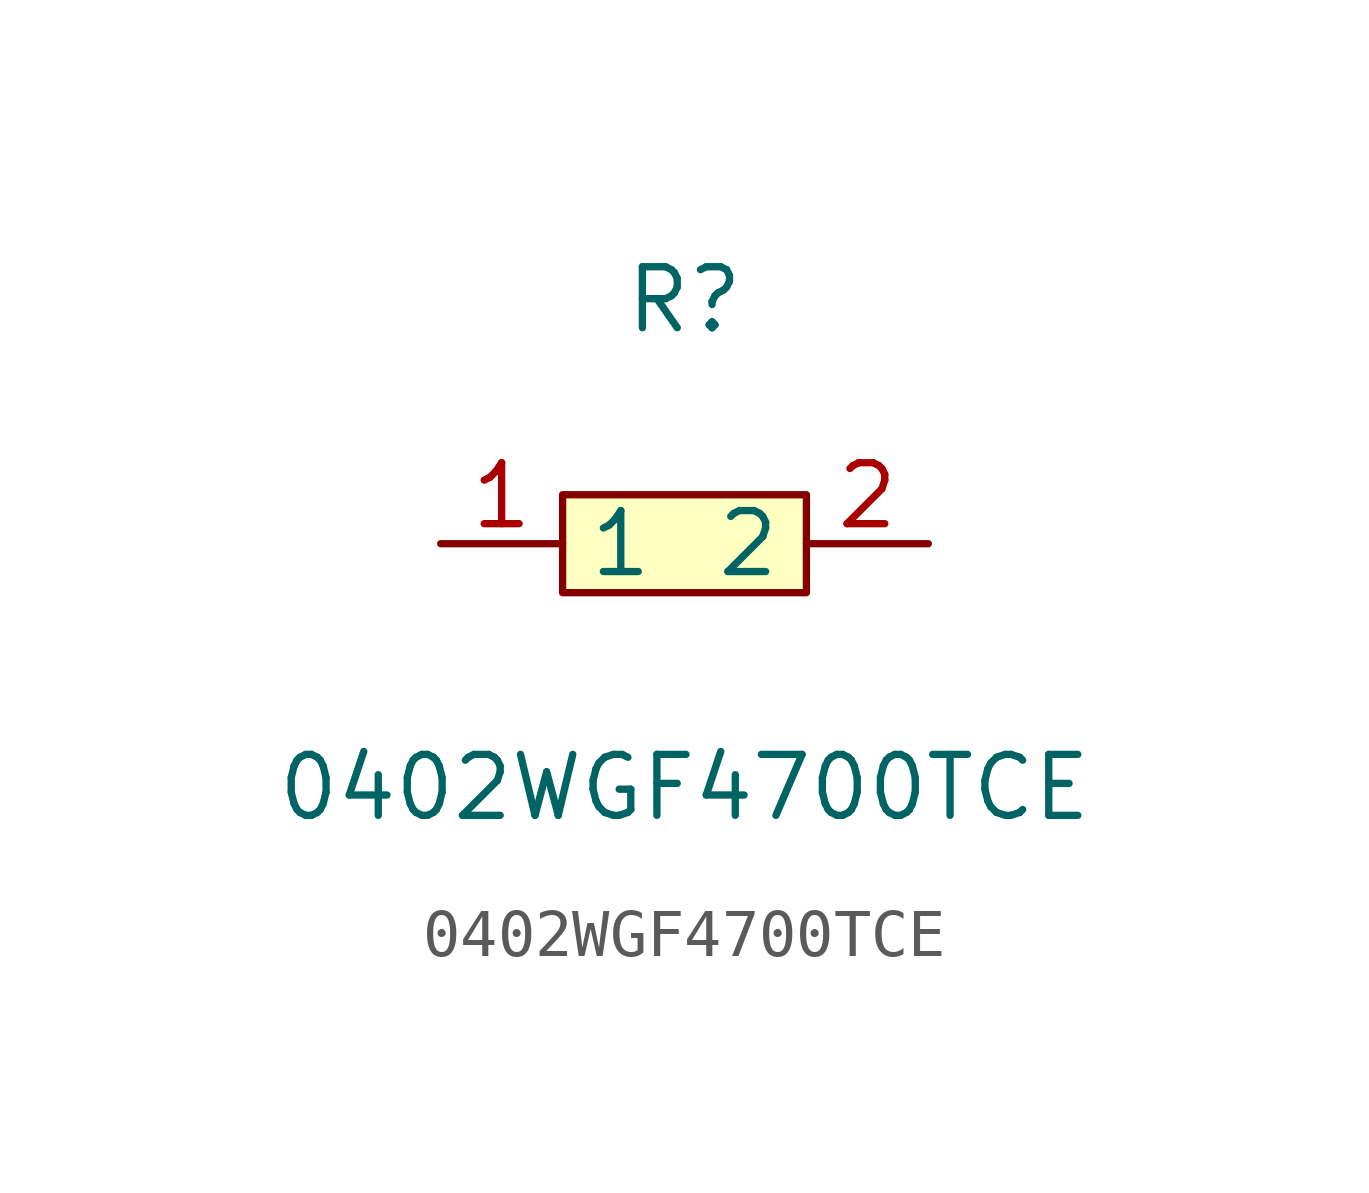
<source format=kicad_sym>
(kicad_symbol_lib
  (version 1)
  (generator "faebryk")
  (symbol "0402WGF4700TCE"
    (property "Reference" "R"
      (at 0 5.08 0)
      (effects (font (size 1.27 1.27)) (hide no)))
    (property "Value" "0402WGF4700TCE"
      (at 0 -5.08 0)
      (effects (font (size 1.27 1.27)) (hide no)))
    (symbol "0402WGF4700TCE_0_1"
      (rectangle (start -2.54 1.02) (end 2.54 -1.02) (stroke (width 0) (type default) (color 0 0 0 0)) (fill (type background)))
      (pin input line (at 5.08 0 180) (length 2.54) (name "2" (effects (font (size 1.27 1.27)) (hide no))) (number "2" (effects (font (size 1.27 1.27)) (hide no))))
      (pin input line (at -5.08 0 0) (length 2.54) (name "1" (effects (font (size 1.27 1.27)) (hide no))) (number "1" (effects (font (size 1.27 1.27)) (hide no)))))))
</source>
